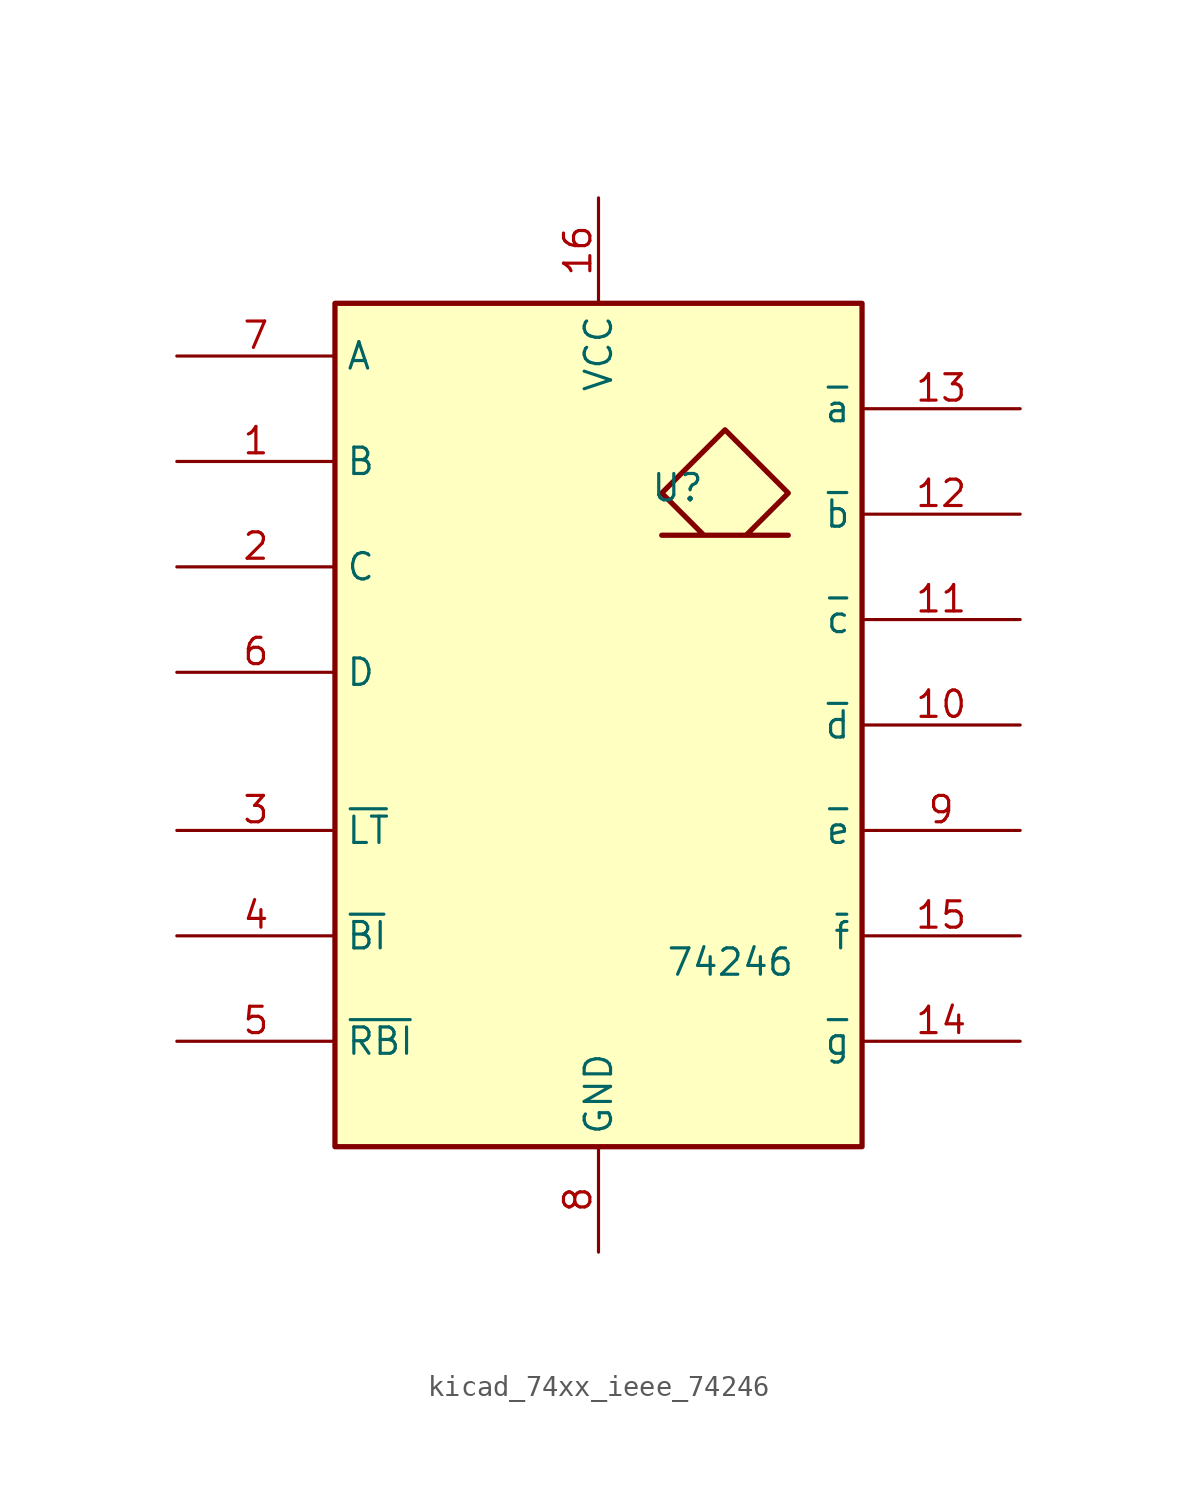
<source format=kicad_sym>
(kicad_symbol_lib
  (version 20220914)
  (generator kicad_symbol_editor)
  (symbol "kicad_74xx_ieee_74246"
    (property "Reference" "U"
      (at 3.81 11.43 0)
      (effects (font (size 1.27 1.27))))
    (property "Value" "74246"
      (at 6.35 -11.43 0)
      (effects (font (size 1.27 1.27))))
    (symbol "kicad_74xx_ieee_74246_0_0"
      (rectangle (start -12.7 20.32) (end 12.7 -20.32) (stroke (width 0.254) (type default)) (fill (type background)))
      (polyline (pts (xy 7.112 9.144) (xy 9.144 11.176) (xy 6.096 14.224) (xy 3.048 11.176) (xy 5.08 9.144) (xy 3.048 9.144) (xy 9.144 9.144) (xy 9.144 9.144)) (stroke (width 0.254) (type default)) (fill (type background)))
      (pin power_in line (at 0 25.4 270) (length 5.08) (name "VCC" (effects (font (size 1.27 1.27)))) (number "16" (effects (font (size 1.27 1.27)))))
      (pin power_in line (at 0 -25.4 90) (length 5.08) (name "GND" (effects (font (size 1.27 1.27)))) (number "8" (effects (font (size 1.27 1.27))))))
    (symbol "kicad_74xx_ieee_74246_1_1"
      (pin input line (at -20.32 12.7 0) (length 7.62) (name "B" (effects (font (size 1.27 1.27)))) (number "1" (effects (font (size 1.27 1.27)))))
      (pin open_collector line (at 20.32 0 180) (length 7.62) (name "~{d}" (effects (font (size 1.27 1.27)))) (number "10" (effects (font (size 1.27 1.27)))))
      (pin open_collector line (at 20.32 5.08 180) (length 7.62) (name "~{c}" (effects (font (size 1.27 1.27)))) (number "11" (effects (font (size 1.27 1.27)))))
      (pin open_collector line (at 20.32 10.16 180) (length 7.62) (name "~{b}" (effects (font (size 1.27 1.27)))) (number "12" (effects (font (size 1.27 1.27)))))
      (pin open_collector line (at 20.32 15.24 180) (length 7.62) (name "~{a}" (effects (font (size 1.27 1.27)))) (number "13" (effects (font (size 1.27 1.27)))))
      (pin open_collector line (at 20.32 -15.24 180) (length 7.62) (name "~{g}" (effects (font (size 1.27 1.27)))) (number "14" (effects (font (size 1.27 1.27)))))
      (pin open_collector line (at 20.32 -10.16 180) (length 7.62) (name "~{f}" (effects (font (size 1.27 1.27)))) (number "15" (effects (font (size 1.27 1.27)))))
      (pin input line (at -20.32 7.62 0) (length 7.62) (name "C" (effects (font (size 1.27 1.27)))) (number "2" (effects (font (size 1.27 1.27)))))
      (pin input line (at -20.32 -5.08 0) (length 7.62) (name "~{LT}" (effects (font (size 1.27 1.27)))) (number "3" (effects (font (size 1.27 1.27)))))
      (pin input line (at -20.32 -10.16 0) (length 7.62) (name "~{BI}" (effects (font (size 1.27 1.27)))) (number "4" (effects (font (size 1.27 1.27)))))
      (pin input line (at -20.32 -15.24 0) (length 7.62) (name "~{RBI}" (effects (font (size 1.27 1.27)))) (number "5" (effects (font (size 1.27 1.27)))))
      (pin input line (at -20.32 2.54 0) (length 7.62) (name "D" (effects (font (size 1.27 1.27)))) (number "6" (effects (font (size 1.27 1.27)))))
      (pin input line (at -20.32 17.78 0) (length 7.62) (name "A" (effects (font (size 1.27 1.27)))) (number "7" (effects (font (size 1.27 1.27)))))
      (pin open_collector line (at 20.32 -5.08 180) (length 7.62) (name "~{e}" (effects (font (size 1.27 1.27)))) (number "9" (effects (font (size 1.27 1.27))))))))
</source>
